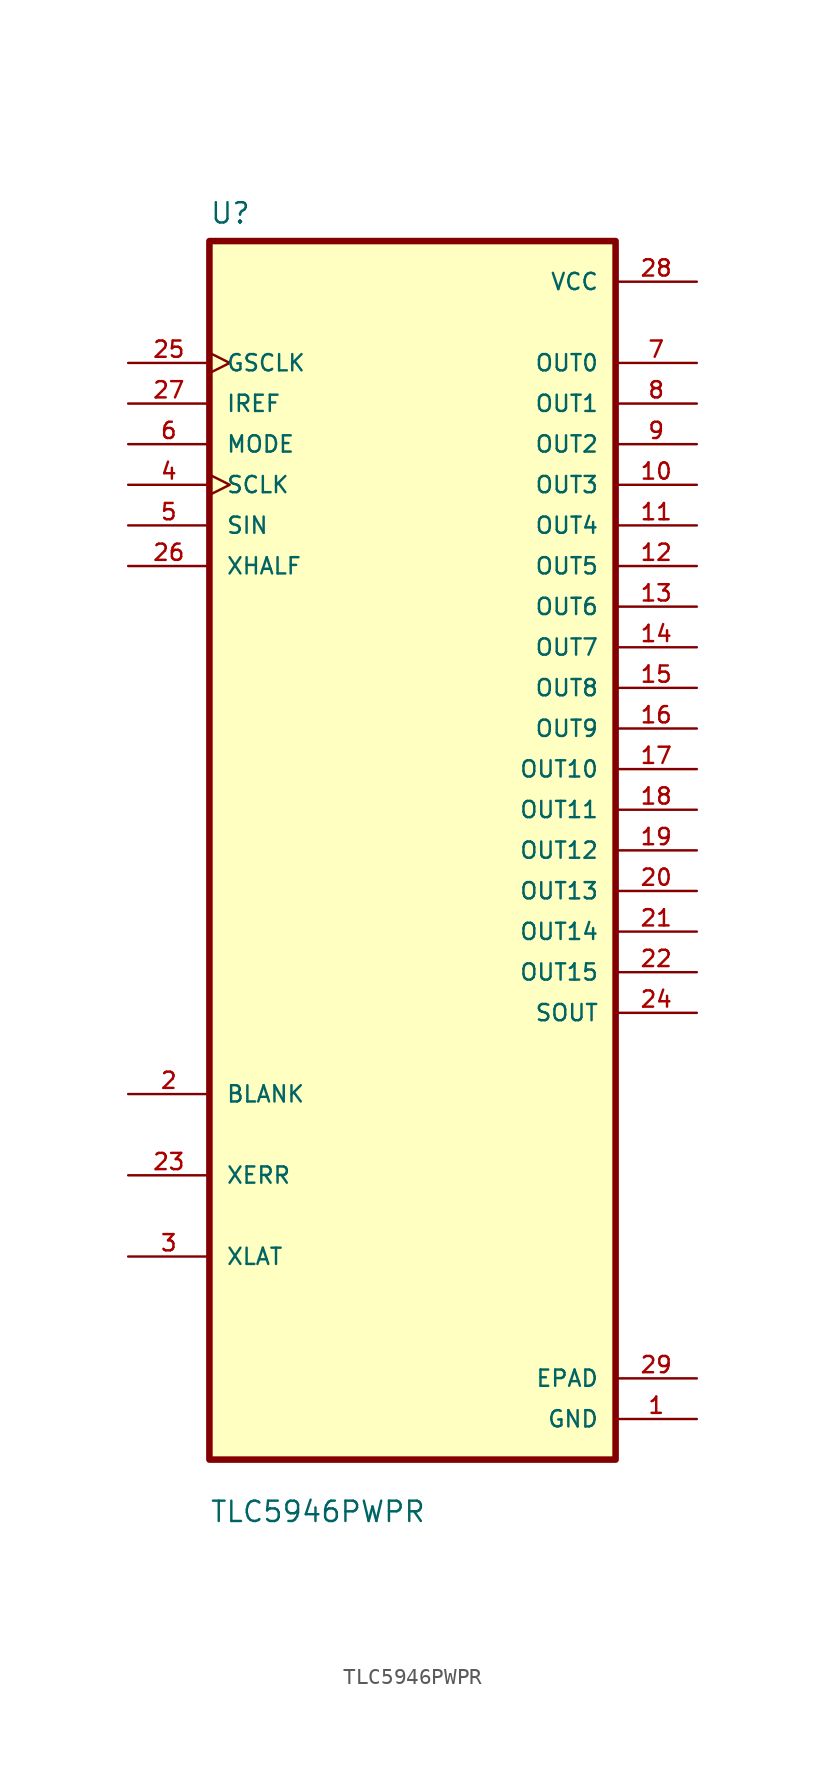
<source format=kicad_sym>
(kicad_symbol_lib
  (version 20231120)
  (generator "kicad_symbol_editor")
  (generator_version "8.0")
  (symbol "TLC5946PWPR"
    (pin_names
      (offset 1.016))
    (property "Reference" "U"
      (at -12.7 39.1 0)
      (effects (font (size 1.27 1.27)) (justify left bottom)))
    (property "Value" "TLC5946PWPR"
      (at -12.7 -42.1 0)
      (effects (font (size 1.27 1.27)) (justify left bottom)))
    (symbol "TLC5946PWPR_0_0"
      (rectangle (start -12.7 -38.1) (end 12.7 38.1) (stroke (width 0.41) (type default)) (fill (type background)))
      (pin power_in line (at 17.78 -35.56 180) (length 5.08) (name "GND" (effects (font (size 1.016 1.016)))) (number "1" (effects (font (size 1.016 1.016)))))
      (pin output line (at 17.78 22.86 180) (length 5.08) (name "OUT3" (effects (font (size 1.016 1.016)))) (number "10" (effects (font (size 1.016 1.016)))))
      (pin output line (at 17.78 20.32 180) (length 5.08) (name "OUT4" (effects (font (size 1.016 1.016)))) (number "11" (effects (font (size 1.016 1.016)))))
      (pin output line (at 17.78 17.78 180) (length 5.08) (name "OUT5" (effects (font (size 1.016 1.016)))) (number "12" (effects (font (size 1.016 1.016)))))
      (pin output line (at 17.78 15.24 180) (length 5.08) (name "OUT6" (effects (font (size 1.016 1.016)))) (number "13" (effects (font (size 1.016 1.016)))))
      (pin output line (at 17.78 12.7 180) (length 5.08) (name "OUT7" (effects (font (size 1.016 1.016)))) (number "14" (effects (font (size 1.016 1.016)))))
      (pin output line (at 17.78 10.16 180) (length 5.08) (name "OUT8" (effects (font (size 1.016 1.016)))) (number "15" (effects (font (size 1.016 1.016)))))
      (pin output line (at 17.78 7.62 180) (length 5.08) (name "OUT9" (effects (font (size 1.016 1.016)))) (number "16" (effects (font (size 1.016 1.016)))))
      (pin output line (at 17.78 5.08 180) (length 5.08) (name "OUT10" (effects (font (size 1.016 1.016)))) (number "17" (effects (font (size 1.016 1.016)))))
      (pin output line (at 17.78 2.54 180) (length 5.08) (name "OUT11" (effects (font (size 1.016 1.016)))) (number "18" (effects (font (size 1.016 1.016)))))
      (pin output line (at 17.78 0 180) (length 5.08) (name "OUT12" (effects (font (size 1.016 1.016)))) (number "19" (effects (font (size 1.016 1.016)))))
      (pin bidirectional line (at -17.78 -15.24 0) (length 5.08) (name "BLANK" (effects (font (size 1.016 1.016)))) (number "2" (effects (font (size 1.016 1.016)))))
      (pin output line (at 17.78 -2.54 180) (length 5.08) (name "OUT13" (effects (font (size 1.016 1.016)))) (number "20" (effects (font (size 1.016 1.016)))))
      (pin output line (at 17.78 -5.08 180) (length 5.08) (name "OUT14" (effects (font (size 1.016 1.016)))) (number "21" (effects (font (size 1.016 1.016)))))
      (pin output line (at 17.78 -7.62 180) (length 5.08) (name "OUT15" (effects (font (size 1.016 1.016)))) (number "22" (effects (font (size 1.016 1.016)))))
      (pin bidirectional line (at -17.78 -20.32 0) (length 5.08) (name "XERR" (effects (font (size 1.016 1.016)))) (number "23" (effects (font (size 1.016 1.016)))))
      (pin output line (at 17.78 -10.16 180) (length 5.08) (name "SOUT" (effects (font (size 1.016 1.016)))) (number "24" (effects (font (size 1.016 1.016)))))
      (pin input clock (at -17.78 30.48 0) (length 5.08) (name "GSCLK" (effects (font (size 1.016 1.016)))) (number "25" (effects (font (size 1.016 1.016)))))
      (pin input line (at -17.78 17.78 0) (length 5.08) (name "XHALF" (effects (font (size 1.016 1.016)))) (number "26" (effects (font (size 1.016 1.016)))))
      (pin input line (at -17.78 27.94 0) (length 5.08) (name "IREF" (effects (font (size 1.016 1.016)))) (number "27" (effects (font (size 1.016 1.016)))))
      (pin power_in line (at 17.78 35.56 180) (length 5.08) (name "VCC" (effects (font (size 1.016 1.016)))) (number "28" (effects (font (size 1.016 1.016)))))
      (pin power_in line (at 17.78 -33.02 180) (length 5.08) (name "EPAD" (effects (font (size 1.016 1.016)))) (number "29" (effects (font (size 1.016 1.016)))))
      (pin bidirectional line (at -17.78 -25.4 0) (length 5.08) (name "XLAT" (effects (font (size 1.016 1.016)))) (number "3" (effects (font (size 1.016 1.016)))))
      (pin input clock (at -17.78 22.86 0) (length 5.08) (name "SCLK" (effects (font (size 1.016 1.016)))) (number "4" (effects (font (size 1.016 1.016)))))
      (pin input line (at -17.78 20.32 0) (length 5.08) (name "SIN" (effects (font (size 1.016 1.016)))) (number "5" (effects (font (size 1.016 1.016)))))
      (pin input line (at -17.78 25.4 0) (length 5.08) (name "MODE" (effects (font (size 1.016 1.016)))) (number "6" (effects (font (size 1.016 1.016)))))
      (pin output line (at 17.78 30.48 180) (length 5.08) (name "OUT0" (effects (font (size 1.016 1.016)))) (number "7" (effects (font (size 1.016 1.016)))))
      (pin output line (at 17.78 27.94 180) (length 5.08) (name "OUT1" (effects (font (size 1.016 1.016)))) (number "8" (effects (font (size 1.016 1.016)))))
      (pin output line (at 17.78 25.4 180) (length 5.08) (name "OUT2" (effects (font (size 1.016 1.016)))) (number "9" (effects (font (size 1.016 1.016))))))))
</source>
